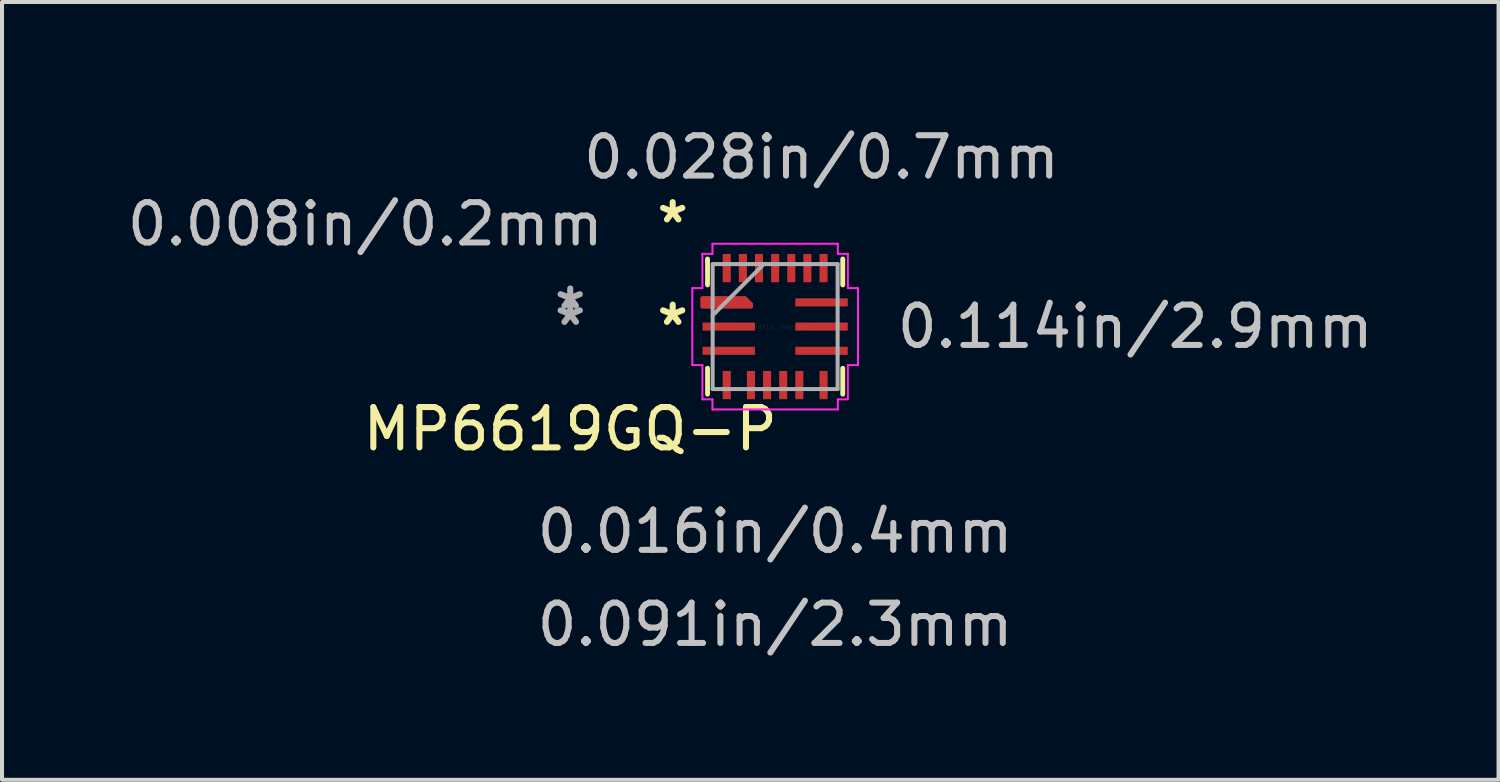
<source format=kicad_pcb>
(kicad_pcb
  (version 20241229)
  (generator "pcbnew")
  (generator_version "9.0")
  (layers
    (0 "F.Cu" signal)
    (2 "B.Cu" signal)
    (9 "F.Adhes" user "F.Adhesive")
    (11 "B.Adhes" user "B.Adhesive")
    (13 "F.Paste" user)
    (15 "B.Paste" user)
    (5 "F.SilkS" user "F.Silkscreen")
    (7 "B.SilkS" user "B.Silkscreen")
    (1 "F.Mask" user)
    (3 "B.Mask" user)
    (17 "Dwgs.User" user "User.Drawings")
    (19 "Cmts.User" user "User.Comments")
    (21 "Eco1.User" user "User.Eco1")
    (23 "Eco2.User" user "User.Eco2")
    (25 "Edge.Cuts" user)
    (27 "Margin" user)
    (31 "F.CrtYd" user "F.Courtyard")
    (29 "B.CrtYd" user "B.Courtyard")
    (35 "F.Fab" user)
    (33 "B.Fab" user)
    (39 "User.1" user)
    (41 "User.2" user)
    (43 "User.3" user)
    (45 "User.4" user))
  (footprint "MP6619GQ-P"
    (layer "F.Cu")
    (at 16.166 5.046)
    (property "Reference" "MP6619GQ-P" (at -5.08 2.54 0) (layer "F.SilkS") (effects (font (size 1 1) (thickness 0.15))))
    (attr through_hole)
    (fp_poly (pts (xy -0.75 -0.7) (xy -0.6 -0.55) (xy -0.6 -0.5) (xy -1.8 -0.5) (xy -1.8 -0.7)) (stroke (width 0.1) (type solid)) (fill yes) (layer "F.Cu"))
    (fp_poly (pts (xy -0.75 -0.7) (xy -0.6 -0.55) (xy -0.6 -0.5) (xy -1.8 -0.5) (xy -1.8 -0.7)) (stroke (width 0.1) (type solid)) (fill yes) (layer "F.Cu"))
    (fp_poly (pts (xy -0.75 -0.7) (xy -0.6 -0.55) (xy -0.6 -0.5) (xy -1.8 -0.5) (xy -1.8 -0.7)) (stroke (width 0.1) (type solid)) (fill yes) (layer "F.Mask"))
    (fp_line (start -1.676 -1.033) (end -1.676 -1.676) (stroke (width 0.12) (type solid)) (layer "F.SilkS"))
    (fp_line (start -1.676 1.676) (end -1.676 1.033) (stroke (width 0.12) (type solid)) (layer "F.SilkS"))
    (fp_line (start 1.676 -1.676) (end 1.676 -1.033) (stroke (width 0.12) (type solid)) (layer "F.SilkS"))
    (fp_line (start 1.676 1.033) (end 1.676 1.676) (stroke (width 0.12) (type solid)) (layer "F.SilkS"))
    (fp_poly (pts (xy -0.75 -0.7) (xy -0.6 -0.55) (xy -0.6 -0.5) (xy -1.8 -0.5) (xy -1.8 -0.7)) (stroke (width 0.1) (type solid)) (fill yes) (layer "F.Paste"))
    (fp_line (start -2.054 -0.954) (end -2.054 0.954) (stroke (width 0.05) (type solid)) (layer "F.CrtYd"))
    (fp_line (start -2.054 0.954) (end -1.803 0.954) (stroke (width 0.05) (type solid)) (layer "F.CrtYd"))
    (fp_line (start -1.803 -1.803) (end -1.803 -0.954) (stroke (width 0.05) (type solid)) (layer "F.CrtYd"))
    (fp_line (start -1.803 -0.954) (end -2.054 -0.954) (stroke (width 0.05) (type solid)) (layer "F.CrtYd"))
    (fp_line (start -1.803 0.954) (end -1.803 1.803) (stroke (width 0.05) (type solid)) (layer "F.CrtYd"))
    (fp_line (start -1.803 1.803) (end -1.554 1.803) (stroke (width 0.05) (type solid)) (layer "F.CrtYd"))
    (fp_line (start -1.554 -2.054) (end -1.554 -1.803) (stroke (width 0.05) (type solid)) (layer "F.CrtYd"))
    (fp_line (start -1.554 -1.803) (end -1.803 -1.803) (stroke (width 0.05) (type solid)) (layer "F.CrtYd"))
    (fp_line (start -1.554 1.803) (end -1.554 2.054) (stroke (width 0.05) (type solid)) (layer "F.CrtYd"))
    (fp_line (start -1.554 2.054) (end 1.554 2.054) (stroke (width 0.05) (type solid)) (layer "F.CrtYd"))
    (fp_line (start 1.554 -2.054) (end -1.554 -2.054) (stroke (width 0.05) (type solid)) (layer "F.CrtYd"))
    (fp_line (start 1.554 -1.803) (end 1.554 -2.054) (stroke (width 0.05) (type solid)) (layer "F.CrtYd"))
    (fp_line (start 1.554 1.803) (end 1.803 1.803) (stroke (width 0.05) (type solid)) (layer "F.CrtYd"))
    (fp_line (start 1.554 2.054) (end 1.554 1.803) (stroke (width 0.05) (type solid)) (layer "F.CrtYd"))
    (fp_line (start 1.803 -1.803) (end 1.554 -1.803) (stroke (width 0.05) (type solid)) (layer "F.CrtYd"))
    (fp_line (start 1.803 -0.954) (end 1.803 -1.803) (stroke (width 0.05) (type solid)) (layer "F.CrtYd"))
    (fp_line (start 1.803 0.954) (end 2.054 0.954) (stroke (width 0.05) (type solid)) (layer "F.CrtYd"))
    (fp_line (start 1.803 1.803) (end 1.803 0.954) (stroke (width 0.05) (type solid)) (layer "F.CrtYd"))
    (fp_line (start 2.054 -0.954) (end 1.803 -0.954) (stroke (width 0.05) (type solid)) (layer "F.CrtYd"))
    (fp_line (start 2.054 0.954) (end 2.054 -0.954) (stroke (width 0.05) (type solid)) (layer "F.CrtYd"))
    (fp_line (start -1.549 -1.549) (end -1.549 1.549) (stroke (width 0.1) (type solid)) (layer "F.Fab"))
    (fp_line (start -1.549 -0.279) (end -0.279 -1.549) (stroke (width 0.1) (type solid)) (layer "F.Fab"))
    (fp_line (start -1.549 1.549) (end 1.549 1.549) (stroke (width 0.1) (type solid)) (layer "F.Fab"))
    (fp_line (start 1.549 -1.549) (end -1.549 -1.549) (stroke (width 0.1) (type solid)) (layer "F.Fab"))
    (fp_line (start 1.549 1.549) (end 1.549 -1.549) (stroke (width 0.1) (type solid)) (layer "F.Fab"))
    (fp_text user "*" (at -2.54 0 0) (layer "F.SilkS") (effects (font (size 1 1) (thickness 0.15))))
    (fp_text user "*" (at -2.54 -2.54 0) (layer "F.SilkS") (effects (font (size 1 1) (thickness 0.15))))
    (fp_text user "0.091in/2.3mm" (at 0 7.388 0) (layer "Dwgs.User") (effects (font (size 1 1) (thickness 0.15))))
    (fp_text user "0.114in/2.9mm" (at 8.928 0 0) (layer "Dwgs.User") (effects (font (size 1 1) (thickness 0.15))))
    (fp_text user "0.016in/0.4mm" (at 0 5.08 0) (layer "Dwgs.User") (effects (font (size 1 1) (thickness 0.15))))
    (fp_text user "0.028in/0.7mm" (at 1.15 -4.198 0) (layer "Dwgs.User") (effects (font (size 1 1) (thickness 0.15))))
    (fp_text user "0.008in/0.2mm" (at -10.16 -2.54 0) (layer "Dwgs.User") (effects (font (size 1 1) (thickness 0.15))))
    (fp_text user "All rights reserved." (at 0 0 0) (layer "Cmts.User") (effects (font (size 0.127 0.127) (thickness 0.002))))
    (fp_text user "*" (at -5.08 0 0) (layer "F.Fab") (effects (font (size 1 1) (thickness 0.15))))
    (fp_text user "*" (at -5.08 -0.4 0) (layer "F.Fab") (effects (font (size 1 1) (thickness 0.15))))
    (pad "1" smd rect (at -1.15 -0.6) (size 0.22 0.22) (layers "F.Cu" "F.Mask" "F.Paste"))
    (pad "2" smd rect (at -1.15 0) (size 1.3 0.2) (layers "F.Cu" "F.Mask" "F.Paste"))
    (pad "3" smd rect (at -1.15 0.6) (size 1.3 0.2) (layers "F.Cu" "F.Mask" "F.Paste"))
    (pad "4" smd rect (at -1.2 1.45 90) (size 0.7 0.2) (layers "F.Cu" "F.Mask" "F.Paste"))
    (pad "5" smd rect (at -0.6 1.45 90) (size 0.7 0.2) (layers "F.Cu" "F.Mask" "F.Paste"))
    (pad "6" smd rect (at -0.2 1.45 90) (size 0.7 0.2) (layers "F.Cu" "F.Mask" "F.Paste"))
    (pad "7" smd rect (at 0.2 1.45 90) (size 0.7 0.2) (layers "F.Cu" "F.Mask" "F.Paste"))
    (pad "8" smd rect (at 0.6 1.45 90) (size 0.7 0.2) (layers "F.Cu" "F.Mask" "F.Paste"))
    (pad "9" smd rect (at 1.2 1.45 90) (size 0.7 0.2) (layers "F.Cu" "F.Mask" "F.Paste"))
    (pad "10" smd rect (at 1.15 0.6) (size 1.3 0.2) (layers "F.Cu" "F.Mask" "F.Paste"))
    (pad "11" smd rect (at 1.15 0) (size 1.3 0.2) (layers "F.Cu" "F.Mask" "F.Paste"))
    (pad "12" smd rect (at 1.15 -0.6) (size 1.3 0.2) (layers "F.Cu" "F.Mask" "F.Paste"))
    (pad "13" smd rect (at 1.2 -1.45 90) (size 0.7 0.2) (layers "F.Cu" "F.Mask" "F.Paste"))
    (pad "14" smd rect (at 0.8 -1.45 90) (size 0.7 0.2) (layers "F.Cu" "F.Mask" "F.Paste"))
    (pad "15" smd rect (at 0.4 -1.45 90) (size 0.7 0.2) (layers "F.Cu" "F.Mask" "F.Paste"))
    (pad "16" smd rect (at 0 -1.45 90) (size 0.7 0.2) (layers "F.Cu" "F.Mask" "F.Paste"))
    (pad "17" smd rect (at -0.4 -1.45 90) (size 0.7 0.2) (layers "F.Cu" "F.Mask" "F.Paste"))
    (pad "18" smd rect (at -0.8 -1.45 90) (size 0.7 0.2) (layers "F.Cu" "F.Mask" "F.Paste"))
    (pad "19" smd rect (at -1.2 -1.45 90) (size 0.7 0.2) (layers "F.Cu" "F.Mask" "F.Paste")))
  (gr_rect
    (start -3 -3)
    (end 34.1 16.282)
    (stroke (width 0.1) (type default))
    (fill no)
    (layer "Edge.Cuts")))
</source>
